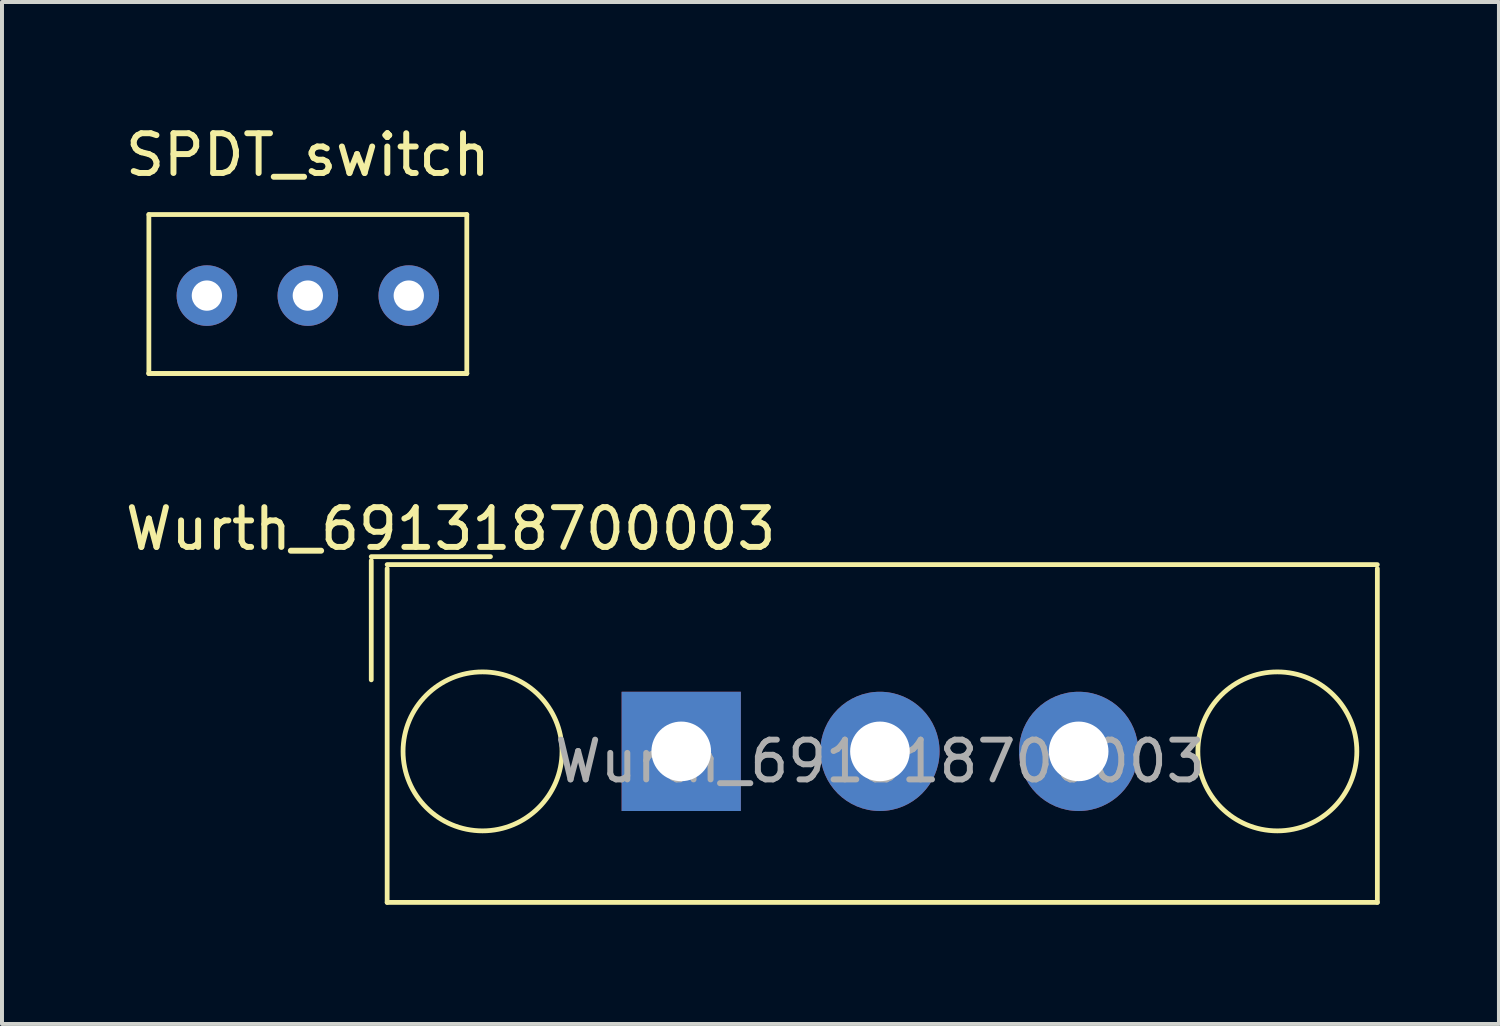
<source format=kicad_pcb>
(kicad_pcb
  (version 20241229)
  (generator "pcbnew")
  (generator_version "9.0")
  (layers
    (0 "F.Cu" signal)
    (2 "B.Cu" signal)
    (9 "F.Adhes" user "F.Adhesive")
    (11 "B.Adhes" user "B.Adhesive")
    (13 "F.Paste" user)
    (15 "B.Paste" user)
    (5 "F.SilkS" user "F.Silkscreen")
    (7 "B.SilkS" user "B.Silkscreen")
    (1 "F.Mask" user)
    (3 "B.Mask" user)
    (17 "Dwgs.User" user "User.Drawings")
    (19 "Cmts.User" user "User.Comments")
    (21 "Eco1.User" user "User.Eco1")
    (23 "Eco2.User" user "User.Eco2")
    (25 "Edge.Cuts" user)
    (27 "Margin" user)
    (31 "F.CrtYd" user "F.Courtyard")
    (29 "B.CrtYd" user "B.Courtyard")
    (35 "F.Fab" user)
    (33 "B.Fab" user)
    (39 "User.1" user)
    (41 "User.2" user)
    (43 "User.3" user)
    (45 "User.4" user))
  (footprint "Wurth_691318700003"
    (layer "F.Cu")
    (at 14.092 15.857)
    (property "Reference" "Wurth_691318700003" (at -5.8 -5.6 0) (layer "F.SilkS") (effects (font (size 1 1) (thickness 0.15))))
    (attr through_hole)
    (fp_line (start -7.8 -4.9) (end -4.8 -4.9) (stroke (width 0.12) (type solid)) (layer "F.SilkS"))
    (fp_line (start -7.8 -1.8) (end -7.8 -4.8) (stroke (width 0.12) (type solid)) (layer "F.SilkS"))
    (fp_line (start -7.4 -4.7) (end 17.516 -4.7) (stroke (width 0.12) (type solid)) (layer "F.SilkS"))
    (fp_line (start -7.4 -4.6) (end -7.4 3.8) (stroke (width 0.12) (type solid)) (layer "F.SilkS"))
    (fp_line (start -7.4 3.8) (end 17.516 3.8) (stroke (width 0.12) (type solid)) (layer "F.SilkS"))
    (fp_line (start 17.516 -4.6) (end 17.516 3.8) (stroke (width 0.12) (type solid)) (layer "F.SilkS"))
    (fp_circle (center -5 0) (end -5 2) (stroke (width 0.12) (type solid)) (fill no) (layer "F.SilkS"))
    (fp_circle (center 15 0) (end 15 2) (stroke (width 0.12) (type solid)) (fill no) (layer "F.SilkS"))
    (fp_text user "${REFERENCE}" (at 5 0.25 0) (layer "F.Fab") (effects (font (size 1 1) (thickness 0.15))))
    (pad "1" thru_hole rect (at 0 0) (size 3 3) (drill 1.5) (layers "*.Cu" "*.Mask"))
    (pad "2" thru_hole circle (at 5 0) (size 3 3) (drill 1.5) (layers "*.Cu" "*.Mask"))
    (pad "3" thru_hole circle (at 10 0) (size 3 3) (drill 1.5) (layers "*.Cu" "*.Mask")))
  (footprint "SPDT_switch"
    (layer "F.Cu")
    (at 4.696 0.348)
    (property "Reference" "SPDT_switch" (at 0 0.5 0) (layer "F.SilkS") (effects (font (size 1 1) (thickness 0.15))))
    (attr through_hole)
    (fp_line (start -4 2) (end -4 6) (stroke (width 0.12) (type solid)) (layer "F.SilkS"))
    (fp_line (start -4 2) (end 4 2) (stroke (width 0.12) (type solid)) (layer "F.SilkS"))
    (fp_line (start -4 6) (end 4 6) (stroke (width 0.12) (type solid)) (layer "F.SilkS"))
    (fp_line (start 4 6) (end -4 6) (stroke (width 0.12) (type solid)) (layer "F.SilkS"))
    (fp_line (start 4 6) (end 4 2) (stroke (width 0.12) (type solid)) (layer "F.SilkS"))
    (pad "1" thru_hole circle (at -2.54 4.04) (size 1.524 1.524) (drill 0.762) (layers "*.Cu" "*.Mask"))
    (pad "2" thru_hole circle (at 0 4.04) (size 1.524 1.524) (drill 0.762) (layers "*.Cu" "*.Mask"))
    (pad "3" thru_hole circle (at 2.54 4.04) (size 1.524 1.524) (drill 0.762) (layers "*.Cu" "*.Mask")))
  (gr_rect
    (start -3 -3)
    (end 34.668 22.716)
    (stroke (width 0.1) (type default))
    (fill no)
    (layer "Edge.Cuts")))
</source>
